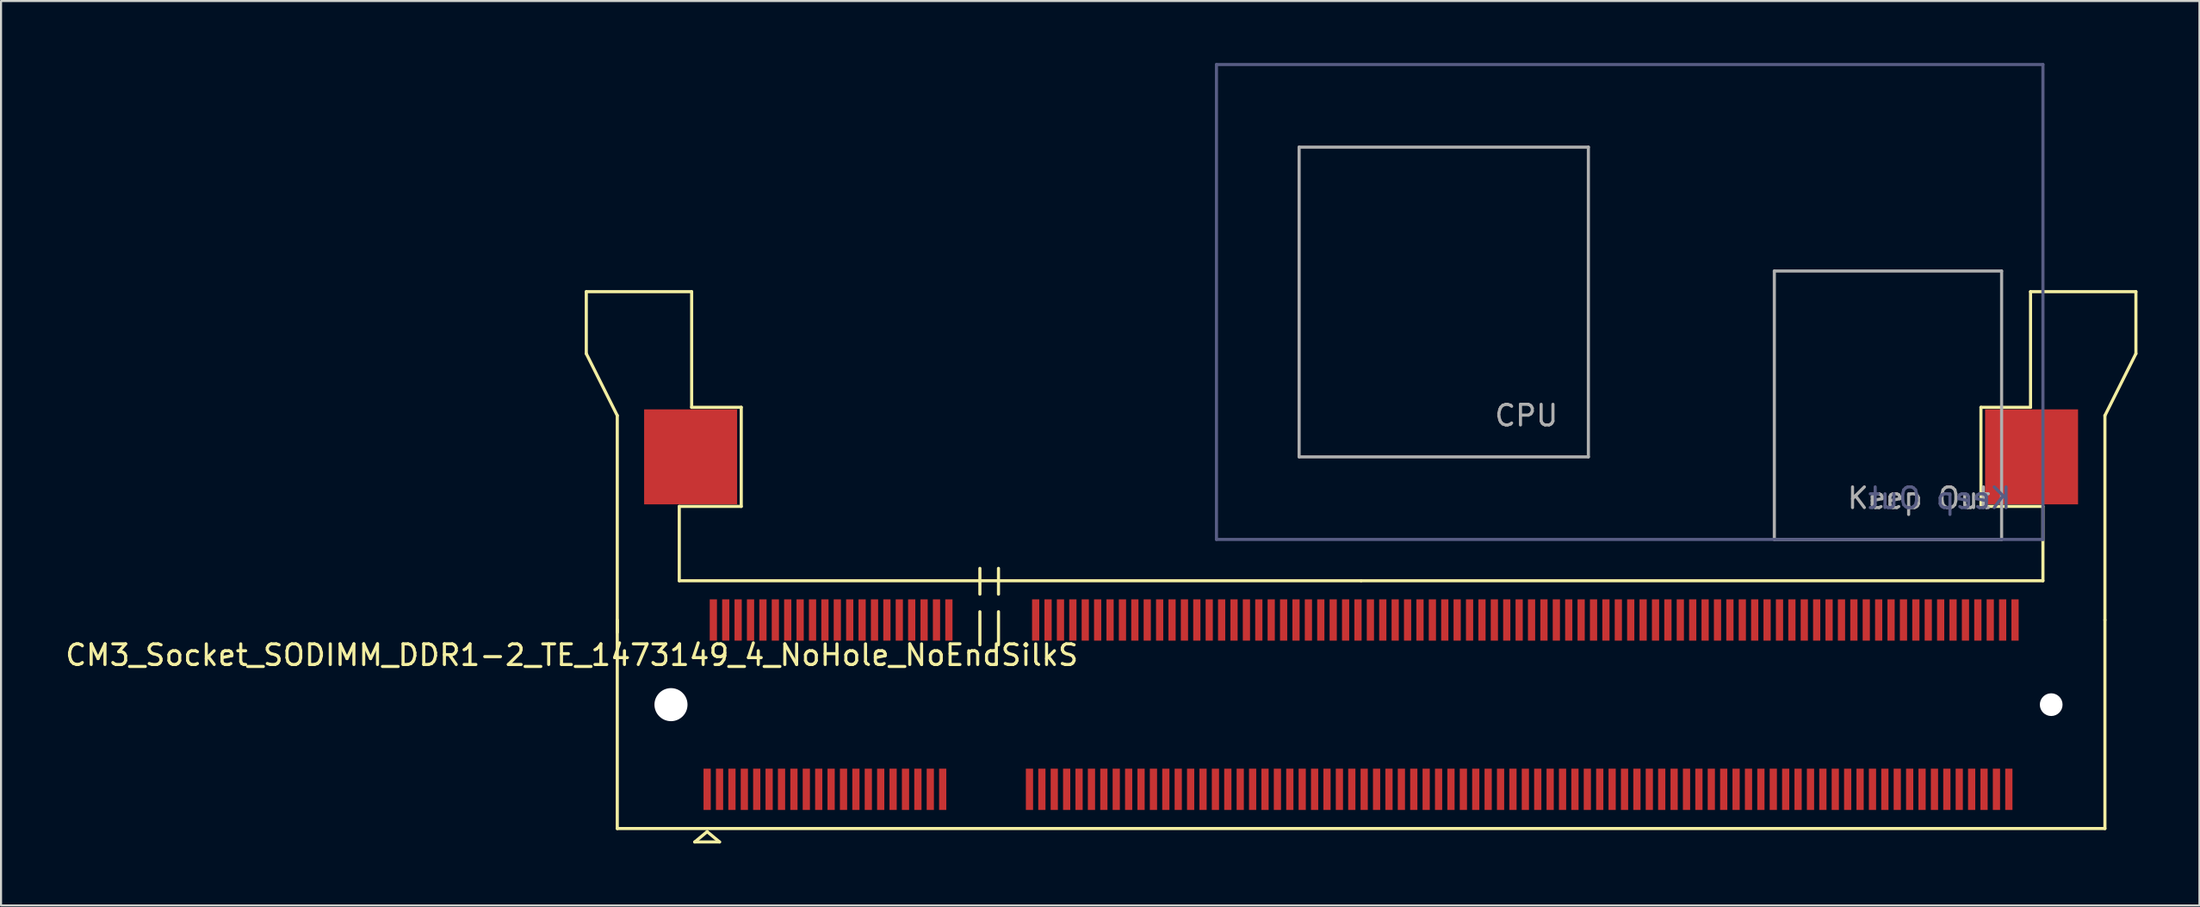
<source format=kicad_pcb>
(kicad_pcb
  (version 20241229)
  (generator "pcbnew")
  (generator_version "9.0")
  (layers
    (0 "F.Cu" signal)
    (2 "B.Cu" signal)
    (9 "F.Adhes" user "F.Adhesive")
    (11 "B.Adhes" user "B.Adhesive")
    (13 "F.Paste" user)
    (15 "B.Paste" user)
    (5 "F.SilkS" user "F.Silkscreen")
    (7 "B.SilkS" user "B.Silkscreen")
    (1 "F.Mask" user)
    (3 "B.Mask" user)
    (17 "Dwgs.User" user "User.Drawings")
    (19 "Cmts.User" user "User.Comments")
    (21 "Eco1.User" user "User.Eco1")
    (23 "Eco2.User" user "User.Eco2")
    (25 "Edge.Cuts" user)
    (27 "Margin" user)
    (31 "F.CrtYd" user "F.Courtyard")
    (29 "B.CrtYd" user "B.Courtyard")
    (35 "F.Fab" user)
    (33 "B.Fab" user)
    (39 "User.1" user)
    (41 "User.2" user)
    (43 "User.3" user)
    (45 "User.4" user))
  (footprint "CM3_Socket_SODIMM_DDR1-2_TE_1473149_4_NoHole_NoEndSilkS"
    (layer "F.Cu")
    (at 96.225 31.075)
    (property "Reference" "CM3_Socket_SODIMM_DDR1-2_TE_1473149_4_NoHole_NoEndSilkS" (at -71.6 -2.4 0) (layer "F.SilkS") (effects (font (size 1 1) (thickness 0.15))))
    (attr smd)
    (fp_line (start -70.9 -20) (end -70.9 -17) (stroke (width 0.15) (type solid)) (layer "F.SilkS"))
    (fp_line (start -70.9 -17) (end -69.4 -14) (stroke (width 0.15) (type solid)) (layer "F.SilkS"))
    (fp_line (start -69.4 -14) (end -69.4 -3.5) (stroke (width 0.15) (type solid)) (layer "F.SilkS"))
    (fp_line (start -69.4 -4.1) (end -69.4 6) (stroke (width 0.15) (type solid)) (layer "F.SilkS"))
    (fp_line (start -69.4 6) (end 2.6 6) (stroke (width 0.15) (type solid)) (layer "F.SilkS"))
    (fp_line (start -66.4 -9.6) (end -63.4 -9.6) (stroke (width 0.15) (type solid)) (layer "F.SilkS"))
    (fp_line (start -66.4 -6) (end -66.4 -9.6) (stroke (width 0.15) (type solid)) (layer "F.SilkS"))
    (fp_line (start -65.8 -20) (end -70.9 -20) (stroke (width 0.15) (type solid)) (layer "F.SilkS"))
    (fp_line (start -65.8 -20) (end -65.8 -14.4) (stroke (width 0.15) (type solid)) (layer "F.SilkS"))
    (fp_line (start -65.8 -14.4) (end -63.4 -14.4) (stroke (width 0.15) (type solid)) (layer "F.SilkS"))
    (fp_line (start -65.65 6.65) (end -65.05 6.15) (stroke (width 0.15) (type solid)) (layer "F.SilkS"))
    (fp_line (start -65.05 6.15) (end -64.45 6.65) (stroke (width 0.15) (type solid)) (layer "F.SilkS"))
    (fp_line (start -64.45 6.65) (end -65.65 6.65) (stroke (width 0.15) (type solid)) (layer "F.SilkS"))
    (fp_line (start -63.4 -9.6) (end -63.4 -14.4) (stroke (width 0.15) (type solid)) (layer "F.SilkS"))
    (fp_line (start -51.85 -5.35) (end -51.85 -6.6) (stroke (width 0.15) (type solid)) (layer "F.SilkS"))
    (fp_line (start -51.85 -4.5) (end -51.85 -2.9) (stroke (width 0.15) (type solid)) (layer "F.SilkS"))
    (fp_line (start -50.95 -5.35) (end -50.95 -6.6) (stroke (width 0.15) (type solid)) (layer "F.SilkS"))
    (fp_line (start -50.95 -4.5) (end -50.95 -2.9) (stroke (width 0.15) (type solid)) (layer "F.SilkS"))
    (fp_line (start -33.4 -6) (end -66.4 -6) (stroke (width 0.15) (type solid)) (layer "F.SilkS"))
    (fp_line (start -3.4 -14.4) (end -1 -14.4) (stroke (width 0.15) (type solid)) (layer "F.SilkS"))
    (fp_line (start -3.4 -9.6) (end -3.4 -14.4) (stroke (width 0.15) (type solid)) (layer "F.SilkS"))
    (fp_line (start -1 -14.4) (end -1 -20) (stroke (width 0.15) (type solid)) (layer "F.SilkS"))
    (fp_line (start -0.4 -9.6) (end -3.4 -9.6) (stroke (width 0.15) (type solid)) (layer "F.SilkS"))
    (fp_line (start -0.4 -9.6) (end -0.4 -6) (stroke (width 0.15) (type solid)) (layer "F.SilkS"))
    (fp_line (start -0.4 -6) (end -33.4 -6) (stroke (width 0.15) (type solid)) (layer "F.SilkS"))
    (fp_line (start 2.6 -14) (end 2.6 -4.1) (stroke (width 0.15) (type solid)) (layer "F.SilkS"))
    (fp_line (start 2.6 -14) (end 4.1 -17) (stroke (width 0.15) (type solid)) (layer "F.SilkS"))
    (fp_line (start 2.6 6) (end 2.6 -4.1) (stroke (width 0.15) (type solid)) (layer "F.SilkS"))
    (fp_line (start 4.1 -20) (end -1 -20) (stroke (width 0.15) (type solid)) (layer "F.SilkS"))
    (fp_line (start 4.1 -17) (end 4.1 -20) (stroke (width 0.15) (type solid)) (layer "F.SilkS"))
    (fp_line (start -40.4 -31) (end -40.4 -8) (stroke (width 0.15) (type solid)) (layer "B.Fab"))
    (fp_line (start -40.4 -8) (end -0.4 -8) (stroke (width 0.15) (type solid)) (layer "B.Fab"))
    (fp_line (start -0.4 -31) (end -40.4 -31) (stroke (width 0.15) (type solid)) (layer "B.Fab"))
    (fp_line (start -0.4 -8) (end -0.4 -31) (stroke (width 0.15) (type solid)) (layer "B.Fab"))
    (fp_line (start -36.4 -27) (end -22.4 -27) (stroke (width 0.15) (type solid)) (layer "F.Fab"))
    (fp_line (start -36.4 -12) (end -36.4 -27) (stroke (width 0.15) (type solid)) (layer "F.Fab"))
    (fp_line (start -22.4 -27) (end -22.4 -12) (stroke (width 0.15) (type solid)) (layer "F.Fab"))
    (fp_line (start -22.4 -12) (end -36.4 -12) (stroke (width 0.15) (type solid)) (layer "F.Fab"))
    (fp_line (start -13.4 -21) (end -2.4 -21) (stroke (width 0.15) (type solid)) (layer "F.Fab"))
    (fp_line (start -13.4 -8) (end -13.4 -21) (stroke (width 0.15) (type solid)) (layer "F.Fab"))
    (fp_line (start -2.4 -21) (end -2.4 -8) (stroke (width 0.15) (type solid)) (layer "F.Fab"))
    (fp_line (start -2.4 -8) (end -13.4 -8) (stroke (width 0.15) (type solid)) (layer "F.Fab"))
    (fp_text user "Keep Out" (at -5.4 -10 0) (layer "B.Fab") (effects (font (size 1 1) (thickness 0.15)) (justify mirror)))
    (fp_text user "CPU" (at -25.4 -14 0) (layer "F.Fab") (effects (font (size 1 1) (thickness 0.15))))
    (fp_text user "Keep Out" (at -6.4 -10 0) (layer "F.Fab") (effects (font (size 1 1) (thickness 0.15))))
    (pad "" np_thru_hole circle (at -66.8 0) (size 1.6 1.6) (drill 1.6) (layers "*.Cu" "*.Mask"))
    (pad "" smd rect (at -65.85 -12) (size 4.5 4.6) (layers "F.Cu" "F.Mask" "F.Paste"))
    (pad "" smd rect (at -0.95 -12) (size 4.5 4.6) (layers "F.Cu" "F.Mask" "F.Paste"))
    (pad "" np_thru_hole circle (at 0 0) (size 1.1 1.1) (drill 1.1) (layers "*.Cu" "*.Mask"))
    (pad "1" smd rect (at -65.05 4.1) (size 0.35 2) (layers "F.Cu" "F.Mask" "F.Paste"))
    (pad "2" smd rect (at -64.75 -4.1) (size 0.35 2) (layers "F.Cu" "F.Mask" "F.Paste"))
    (pad "3" smd rect (at -64.45 4.1) (size 0.35 2) (layers "F.Cu" "F.Mask" "F.Paste"))
    (pad "4" smd rect (at -64.15 -4.1) (size 0.35 2) (layers "F.Cu" "F.Mask" "F.Paste"))
    (pad "5" smd rect (at -63.85 4.1) (size 0.35 2) (layers "F.Cu" "F.Mask" "F.Paste"))
    (pad "6" smd rect (at -63.55 -4.1) (size 0.35 2) (layers "F.Cu" "F.Mask" "F.Paste"))
    (pad "7" smd rect (at -63.25 4.1) (size 0.35 2) (layers "F.Cu" "F.Mask" "F.Paste"))
    (pad "8" smd rect (at -62.95 -4.1) (size 0.35 2) (layers "F.Cu" "F.Mask" "F.Paste"))
    (pad "9" smd rect (at -62.65 4.1) (size 0.35 2) (layers "F.Cu" "F.Mask" "F.Paste"))
    (pad "10" smd rect (at -62.35 -4.1) (size 0.35 2) (layers "F.Cu" "F.Mask" "F.Paste"))
    (pad "11" smd rect (at -62.05 4.1) (size 0.35 2) (layers "F.Cu" "F.Mask" "F.Paste"))
    (pad "12" smd rect (at -61.75 -4.1) (size 0.35 2) (layers "F.Cu" "F.Mask" "F.Paste"))
    (pad "13" smd rect (at -61.45 4.1) (size 0.35 2) (layers "F.Cu" "F.Mask" "F.Paste"))
    (pad "14" smd rect (at -61.15 -4.1) (size 0.35 2) (layers "F.Cu" "F.Mask" "F.Paste"))
    (pad "15" smd rect (at -60.85 4.1) (size 0.35 2) (layers "F.Cu" "F.Mask" "F.Paste"))
    (pad "16" smd rect (at -60.55 -4.1) (size 0.35 2) (layers "F.Cu" "F.Mask" "F.Paste"))
    (pad "17" smd rect (at -60.25 4.1) (size 0.35 2) (layers "F.Cu" "F.Mask" "F.Paste"))
    (pad "18" smd rect (at -59.95 -4.1) (size 0.35 2) (layers "F.Cu" "F.Mask" "F.Paste"))
    (pad "19" smd rect (at -59.65 4.1) (size 0.35 2) (layers "F.Cu" "F.Mask" "F.Paste"))
    (pad "20" smd rect (at -59.35 -4.1) (size 0.35 2) (layers "F.Cu" "F.Mask" "F.Paste"))
    (pad "21" smd rect (at -59.05 4.1) (size 0.35 2) (layers "F.Cu" "F.Mask" "F.Paste"))
    (pad "22" smd rect (at -58.75 -4.1) (size 0.35 2) (layers "F.Cu" "F.Mask" "F.Paste"))
    (pad "23" smd rect (at -58.45 4.1) (size 0.35 2) (layers "F.Cu" "F.Mask" "F.Paste"))
    (pad "24" smd rect (at -58.15 -4.1) (size 0.35 2) (layers "F.Cu" "F.Mask" "F.Paste"))
    (pad "25" smd rect (at -57.85 4.1) (size 0.35 2) (layers "F.Cu" "F.Mask" "F.Paste"))
    (pad "26" smd rect (at -57.55 -4.1) (size 0.35 2) (layers "F.Cu" "F.Mask" "F.Paste"))
    (pad "27" smd rect (at -57.25 4.1) (size 0.35 2) (layers "F.Cu" "F.Mask" "F.Paste"))
    (pad "28" smd rect (at -56.95 -4.1) (size 0.35 2) (layers "F.Cu" "F.Mask" "F.Paste"))
    (pad "29" smd rect (at -56.65 4.1) (size 0.35 2) (layers "F.Cu" "F.Mask" "F.Paste"))
    (pad "30" smd rect (at -56.35 -4.1) (size 0.35 2) (layers "F.Cu" "F.Mask" "F.Paste"))
    (pad "31" smd rect (at -56.05 4.1) (size 0.35 2) (layers "F.Cu" "F.Mask" "F.Paste"))
    (pad "32" smd rect (at -55.75 -4.1) (size 0.35 2) (layers "F.Cu" "F.Mask" "F.Paste"))
    (pad "33" smd rect (at -55.45 4.1) (size 0.35 2) (layers "F.Cu" "F.Mask" "F.Paste"))
    (pad "34" smd rect (at -55.15 -4.1) (size 0.35 2) (layers "F.Cu" "F.Mask" "F.Paste"))
    (pad "35" smd rect (at -54.85 4.1) (size 0.35 2) (layers "F.Cu" "F.Mask" "F.Paste"))
    (pad "36" smd rect (at -54.55 -4.1) (size 0.35 2) (layers "F.Cu" "F.Mask" "F.Paste"))
    (pad "37" smd rect (at -54.25 4.1) (size 0.35 2) (layers "F.Cu" "F.Mask" "F.Paste"))
    (pad "38" smd rect (at -53.95 -4.1) (size 0.35 2) (layers "F.Cu" "F.Mask" "F.Paste"))
    (pad "39" smd rect (at -53.65 4.1) (size 0.35 2) (layers "F.Cu" "F.Mask" "F.Paste"))
    (pad "40" smd rect (at -53.35 -4.1) (size 0.35 2) (layers "F.Cu" "F.Mask" "F.Paste"))
    (pad "41" smd rect (at -49.45 4.1) (size 0.35 2) (layers "F.Cu" "F.Mask" "F.Paste"))
    (pad "42" smd rect (at -49.15 -4.1) (size 0.35 2) (layers "F.Cu" "F.Mask" "F.Paste"))
    (pad "43" smd rect (at -48.85 4.1) (size 0.35 2) (layers "F.Cu" "F.Mask" "F.Paste"))
    (pad "44" smd rect (at -48.55 -4.1) (size 0.35 2) (layers "F.Cu" "F.Mask" "F.Paste"))
    (pad "45" smd rect (at -48.25 4.1) (size 0.35 2) (layers "F.Cu" "F.Mask" "F.Paste"))
    (pad "46" smd rect (at -47.95 -4.1) (size 0.35 2) (layers "F.Cu" "F.Mask" "F.Paste"))
    (pad "47" smd rect (at -47.65 4.1) (size 0.35 2) (layers "F.Cu" "F.Mask" "F.Paste"))
    (pad "48" smd rect (at -47.35 -4.1) (size 0.35 2) (layers "F.Cu" "F.Mask" "F.Paste"))
    (pad "49" smd rect (at -47.05 4.1) (size 0.35 2) (layers "F.Cu" "F.Mask" "F.Paste"))
    (pad "50" smd rect (at -46.75 -4.1) (size 0.35 2) (layers "F.Cu" "F.Mask" "F.Paste"))
    (pad "51" smd rect (at -46.45 4.1) (size 0.35 2) (layers "F.Cu" "F.Mask" "F.Paste"))
    (pad "52" smd rect (at -46.15 -4.1) (size 0.35 2) (layers "F.Cu" "F.Mask" "F.Paste"))
    (pad "53" smd rect (at -45.85 4.1) (size 0.35 2) (layers "F.Cu" "F.Mask" "F.Paste"))
    (pad "54" smd rect (at -45.55 -4.1) (size 0.35 2) (layers "F.Cu" "F.Mask" "F.Paste"))
    (pad "55" smd rect (at -45.25 4.1) (size 0.35 2) (layers "F.Cu" "F.Mask" "F.Paste"))
    (pad "56" smd rect (at -44.95 -4.1) (size 0.35 2) (layers "F.Cu" "F.Mask" "F.Paste"))
    (pad "57" smd rect (at -44.65 4.1) (size 0.35 2) (layers "F.Cu" "F.Mask" "F.Paste"))
    (pad "58" smd rect (at -44.35 -4.1) (size 0.35 2) (layers "F.Cu" "F.Mask" "F.Paste"))
    (pad "59" smd rect (at -44.05 4.1) (size 0.35 2) (layers "F.Cu" "F.Mask" "F.Paste"))
    (pad "60" smd rect (at -43.75 -4.1) (size 0.35 2) (layers "F.Cu" "F.Mask" "F.Paste"))
    (pad "61" smd rect (at -43.45 4.1) (size 0.35 2) (layers "F.Cu" "F.Mask" "F.Paste"))
    (pad "62" smd rect (at -43.15 -4.1) (size 0.35 2) (layers "F.Cu" "F.Mask" "F.Paste"))
    (pad "63" smd rect (at -42.85 4.1) (size 0.35 2) (layers "F.Cu" "F.Mask" "F.Paste"))
    (pad "64" smd rect (at -42.55 -4.1) (size 0.35 2) (layers "F.Cu" "F.Mask" "F.Paste"))
    (pad "65" smd rect (at -42.25 4.1) (size 0.35 2) (layers "F.Cu" "F.Mask" "F.Paste"))
    (pad "66" smd rect (at -41.95 -4.1) (size 0.35 2) (layers "F.Cu" "F.Mask" "F.Paste"))
    (pad "67" smd rect (at -41.65 4.1) (size 0.35 2) (layers "F.Cu" "F.Mask" "F.Paste"))
    (pad "68" smd rect (at -41.35 -4.1) (size 0.35 2) (layers "F.Cu" "F.Mask" "F.Paste"))
    (pad "69" smd rect (at -41.05 4.1) (size 0.35 2) (layers "F.Cu" "F.Mask" "F.Paste"))
    (pad "70" smd rect (at -40.75 -4.1) (size 0.35 2) (layers "F.Cu" "F.Mask" "F.Paste"))
    (pad "71" smd rect (at -40.45 4.1) (size 0.35 2) (layers "F.Cu" "F.Mask" "F.Paste"))
    (pad "72" smd rect (at -40.15 -4.1) (size 0.35 2) (layers "F.Cu" "F.Mask" "F.Paste"))
    (pad "73" smd rect (at -39.85 4.1) (size 0.35 2) (layers "F.Cu" "F.Mask" "F.Paste"))
    (pad "74" smd rect (at -39.55 -4.1) (size 0.35 2) (layers "F.Cu" "F.Mask" "F.Paste"))
    (pad "75" smd rect (at -39.25 4.1) (size 0.35 2) (layers "F.Cu" "F.Mask" "F.Paste"))
    (pad "76" smd rect (at -38.95 -4.1) (size 0.35 2) (layers "F.Cu" "F.Mask" "F.Paste"))
    (pad "77" smd rect (at -38.65 4.1) (size 0.35 2) (layers "F.Cu" "F.Mask" "F.Paste"))
    (pad "78" smd rect (at -38.35 -4.1) (size 0.35 2) (layers "F.Cu" "F.Mask" "F.Paste"))
    (pad "79" smd rect (at -38.05 4.1) (size 0.35 2) (layers "F.Cu" "F.Mask" "F.Paste"))
    (pad "80" smd rect (at -37.75 -4.1) (size 0.35 2) (layers "F.Cu" "F.Mask" "F.Paste"))
    (pad "81" smd rect (at -37.45 4.1) (size 0.35 2) (layers "F.Cu" "F.Mask" "F.Paste"))
    (pad "82" smd rect (at -37.15 -4.1) (size 0.35 2) (layers "F.Cu" "F.Mask" "F.Paste"))
    (pad "83" smd rect (at -36.85 4.1) (size 0.35 2) (layers "F.Cu" "F.Mask" "F.Paste"))
    (pad "84" smd rect (at -36.55 -4.1) (size 0.35 2) (layers "F.Cu" "F.Mask" "F.Paste"))
    (pad "85" smd rect (at -36.25 4.1) (size 0.35 2) (layers "F.Cu" "F.Mask" "F.Paste"))
    (pad "86" smd rect (at -35.95 -4.1) (size 0.35 2) (layers "F.Cu" "F.Mask" "F.Paste"))
    (pad "87" smd rect (at -35.65 4.1) (size 0.35 2) (layers "F.Cu" "F.Mask" "F.Paste"))
    (pad "88" smd rect (at -35.35 -4.1) (size 0.35 2) (layers "F.Cu" "F.Mask" "F.Paste"))
    (pad "89" smd rect (at -35.05 4.1) (size 0.35 2) (layers "F.Cu" "F.Mask" "F.Paste"))
    (pad "90" smd rect (at -34.75 -4.1) (size 0.35 2) (layers "F.Cu" "F.Mask" "F.Paste"))
    (pad "91" smd rect (at -34.45 4.1) (size 0.35 2) (layers "F.Cu" "F.Mask" "F.Paste"))
    (pad "92" smd rect (at -34.15 -4.1) (size 0.35 2) (layers "F.Cu" "F.Mask" "F.Paste"))
    (pad "93" smd rect (at -33.85 4.1) (size 0.35 2) (layers "F.Cu" "F.Mask" "F.Paste"))
    (pad "94" smd rect (at -33.55 -4.1) (size 0.35 2) (layers "F.Cu" "F.Mask" "F.Paste"))
    (pad "95" smd rect (at -33.25 4.1) (size 0.35 2) (layers "F.Cu" "F.Mask" "F.Paste"))
    (pad "96" smd rect (at -32.95 -4.1) (size 0.35 2) (layers "F.Cu" "F.Mask" "F.Paste"))
    (pad "97" smd rect (at -32.65 4.1) (size 0.35 2) (layers "F.Cu" "F.Mask" "F.Paste"))
    (pad "98" smd rect (at -32.35 -4.1) (size 0.35 2) (layers "F.Cu" "F.Mask" "F.Paste"))
    (pad "99" smd rect (at -32.05 4.1) (size 0.35 2) (layers "F.Cu" "F.Mask" "F.Paste"))
    (pad "100" smd rect (at -31.75 -4.1) (size 0.35 2) (layers "F.Cu" "F.Mask" "F.Paste"))
    (pad "101" smd rect (at -31.45 4.1) (size 0.35 2) (layers "F.Cu" "F.Mask" "F.Paste"))
    (pad "102" smd rect (at -31.15 -4.1) (size 0.35 2) (layers "F.Cu" "F.Mask" "F.Paste"))
    (pad "103" smd rect (at -30.85 4.1) (size 0.35 2) (layers "F.Cu" "F.Mask" "F.Paste"))
    (pad "104" smd rect (at -30.55 -4.1) (size 0.35 2) (layers "F.Cu" "F.Mask" "F.Paste"))
    (pad "105" smd rect (at -30.25 4.1) (size 0.35 2) (layers "F.Cu" "F.Mask" "F.Paste"))
    (pad "106" smd rect (at -29.95 -4.1) (size 0.35 2) (layers "F.Cu" "F.Mask" "F.Paste"))
    (pad "107" smd rect (at -29.65 4.1) (size 0.35 2) (layers "F.Cu" "F.Mask" "F.Paste"))
    (pad "108" smd rect (at -29.35 -4.1) (size 0.35 2) (layers "F.Cu" "F.Mask" "F.Paste"))
    (pad "109" smd rect (at -29.05 4.1) (size 0.35 2) (layers "F.Cu" "F.Mask" "F.Paste"))
    (pad "110" smd rect (at -28.75 -4.1) (size 0.35 2) (layers "F.Cu" "F.Mask" "F.Paste"))
    (pad "111" smd rect (at -28.45 4.1) (size 0.35 2) (layers "F.Cu" "F.Mask" "F.Paste"))
    (pad "112" smd rect (at -28.15 -4.1) (size 0.35 2) (layers "F.Cu" "F.Mask" "F.Paste"))
    (pad "113" smd rect (at -27.85 4.1) (size 0.35 2) (layers "F.Cu" "F.Mask" "F.Paste"))
    (pad "114" smd rect (at -27.55 -4.1) (size 0.35 2) (layers "F.Cu" "F.Mask" "F.Paste"))
    (pad "115" smd rect (at -27.25 4.1) (size 0.35 2) (layers "F.Cu" "F.Mask" "F.Paste"))
    (pad "116" smd rect (at -26.95 -4.1) (size 0.35 2) (layers "F.Cu" "F.Mask" "F.Paste"))
    (pad "117" smd rect (at -26.65 4.1) (size 0.35 2) (layers "F.Cu" "F.Mask" "F.Paste"))
    (pad "118" smd rect (at -26.35 -4.1) (size 0.35 2) (layers "F.Cu" "F.Mask" "F.Paste"))
    (pad "119" smd rect (at -26.05 4.1) (size 0.35 2) (layers "F.Cu" "F.Mask" "F.Paste"))
    (pad "120" smd rect (at -25.75 -4.1) (size 0.35 2) (layers "F.Cu" "F.Mask" "F.Paste"))
    (pad "121" smd rect (at -25.45 4.1) (size 0.35 2) (layers "F.Cu" "F.Mask" "F.Paste"))
    (pad "122" smd rect (at -25.15 -4.1) (size 0.35 2) (layers "F.Cu" "F.Mask" "F.Paste"))
    (pad "123" smd rect (at -24.85 4.1) (size 0.35 2) (layers "F.Cu" "F.Mask" "F.Paste"))
    (pad "124" smd rect (at -24.55 -4.1) (size 0.35 2) (layers "F.Cu" "F.Mask" "F.Paste"))
    (pad "125" smd rect (at -24.25 4.1) (size 0.35 2) (layers "F.Cu" "F.Mask" "F.Paste"))
    (pad "126" smd rect (at -23.95 -4.1) (size 0.35 2) (layers "F.Cu" "F.Mask" "F.Paste"))
    (pad "127" smd rect (at -23.65 4.1) (size 0.35 2) (layers "F.Cu" "F.Mask" "F.Paste"))
    (pad "128" smd rect (at -23.35 -4.1) (size 0.35 2) (layers "F.Cu" "F.Mask" "F.Paste"))
    (pad "129" smd rect (at -23.05 4.1) (size 0.35 2) (layers "F.Cu" "F.Mask" "F.Paste"))
    (pad "130" smd rect (at -22.75 -4.1) (size 0.35 2) (layers "F.Cu" "F.Mask" "F.Paste"))
    (pad "131" smd rect (at -22.45 4.1) (size 0.35 2) (layers "F.Cu" "F.Mask" "F.Paste"))
    (pad "132" smd rect (at -22.15 -4.1) (size 0.35 2) (layers "F.Cu" "F.Mask" "F.Paste"))
    (pad "133" smd rect (at -21.85 4.1) (size 0.35 2) (layers "F.Cu" "F.Mask" "F.Paste"))
    (pad "134" smd rect (at -21.55 -4.1) (size 0.35 2) (layers "F.Cu" "F.Mask" "F.Paste"))
    (pad "135" smd rect (at -21.25 4.1) (size 0.35 2) (layers "F.Cu" "F.Mask" "F.Paste"))
    (pad "136" smd rect (at -20.95 -4.1) (size 0.35 2) (layers "F.Cu" "F.Mask" "F.Paste"))
    (pad "137" smd rect (at -20.65 4.1) (size 0.35 2) (layers "F.Cu" "F.Mask" "F.Paste"))
    (pad "138" smd rect (at -20.35 -4.1) (size 0.35 2) (layers "F.Cu" "F.Mask" "F.Paste"))
    (pad "139" smd rect (at -20.05 4.1) (size 0.35 2) (layers "F.Cu" "F.Mask" "F.Paste"))
    (pad "140" smd rect (at -19.75 -4.1) (size 0.35 2) (layers "F.Cu" "F.Mask" "F.Paste"))
    (pad "141" smd rect (at -19.45 4.1) (size 0.35 2) (layers "F.Cu" "F.Mask" "F.Paste"))
    (pad "142" smd rect (at -19.15 -4.1) (size 0.35 2) (layers "F.Cu" "F.Mask" "F.Paste"))
    (pad "143" smd rect (at -18.85 4.1) (size 0.35 2) (layers "F.Cu" "F.Mask" "F.Paste"))
    (pad "144" smd rect (at -18.55 -4.1) (size 0.35 2) (layers "F.Cu" "F.Mask" "F.Paste"))
    (pad "145" smd rect (at -18.25 4.1) (size 0.35 2) (layers "F.Cu" "F.Mask" "F.Paste"))
    (pad "146" smd rect (at -17.95 -4.1) (size 0.35 2) (layers "F.Cu" "F.Mask" "F.Paste"))
    (pad "147" smd rect (at -17.65 4.1) (size 0.35 2) (layers "F.Cu" "F.Mask" "F.Paste"))
    (pad "148" smd rect (at -17.35 -4.1) (size 0.35 2) (layers "F.Cu" "F.Mask" "F.Paste"))
    (pad "149" smd rect (at -17.05 4.1) (size 0.35 2) (layers "F.Cu" "F.Mask" "F.Paste"))
    (pad "150" smd rect (at -16.75 -4.1) (size 0.35 2) (layers "F.Cu" "F.Mask" "F.Paste"))
    (pad "151" smd rect (at -16.45 4.1) (size 0.35 2) (layers "F.Cu" "F.Mask" "F.Paste"))
    (pad "152" smd rect (at -16.15 -4.1) (size 0.35 2) (layers "F.Cu" "F.Mask" "F.Paste"))
    (pad "153" smd rect (at -15.85 4.1) (size 0.35 2) (layers "F.Cu" "F.Mask" "F.Paste"))
    (pad "154" smd rect (at -15.55 -4.1) (size 0.35 2) (layers "F.Cu" "F.Mask" "F.Paste"))
    (pad "155" smd rect (at -15.25 4.1) (size 0.35 2) (layers "F.Cu" "F.Mask" "F.Paste"))
    (pad "156" smd rect (at -14.95 -4.1) (size 0.35 2) (layers "F.Cu" "F.Mask" "F.Paste"))
    (pad "157" smd rect (at -14.65 4.1) (size 0.35 2) (layers "F.Cu" "F.Mask" "F.Paste"))
    (pad "158" smd rect (at -14.35 -4.1) (size 0.35 2) (layers "F.Cu" "F.Mask" "F.Paste"))
    (pad "159" smd rect (at -14.05 4.1) (size 0.35 2) (layers "F.Cu" "F.Mask" "F.Paste"))
    (pad "160" smd rect (at -13.75 -4.1) (size 0.35 2) (layers "F.Cu" "F.Mask" "F.Paste"))
    (pad "161" smd rect (at -13.45 4.1) (size 0.35 2) (layers "F.Cu" "F.Mask" "F.Paste"))
    (pad "162" smd rect (at -13.15 -4.1) (size 0.35 2) (layers "F.Cu" "F.Mask" "F.Paste"))
    (pad "163" smd rect (at -12.85 4.1) (size 0.35 2) (layers "F.Cu" "F.Mask" "F.Paste"))
    (pad "164" smd rect (at -12.55 -4.1) (size 0.35 2) (layers "F.Cu" "F.Mask" "F.Paste"))
    (pad "165" smd rect (at -12.25 4.1) (size 0.35 2) (layers "F.Cu" "F.Mask" "F.Paste"))
    (pad "166" smd rect (at -11.95 -4.1) (size 0.35 2) (layers "F.Cu" "F.Mask" "F.Paste"))
    (pad "167" smd rect (at -11.65 4.1) (size 0.35 2) (layers "F.Cu" "F.Mask" "F.Paste"))
    (pad "168" smd rect (at -11.35 -4.1) (size 0.35 2) (layers "F.Cu" "F.Mask" "F.Paste"))
    (pad "169" smd rect (at -11.05 4.1) (size 0.35 2) (layers "F.Cu" "F.Mask" "F.Paste"))
    (pad "170" smd rect (at -10.75 -4.1) (size 0.35 2) (layers "F.Cu" "F.Mask" "F.Paste"))
    (pad "171" smd rect (at -10.45 4.1) (size 0.35 2) (layers "F.Cu" "F.Mask" "F.Paste"))
    (pad "172" smd rect (at -10.15 -4.1) (size 0.35 2) (layers "F.Cu" "F.Mask" "F.Paste"))
    (pad "173" smd rect (at -9.85 4.1) (size 0.35 2) (layers "F.Cu" "F.Mask" "F.Paste"))
    (pad "174" smd rect (at -9.55 -4.1) (size 0.35 2) (layers "F.Cu" "F.Mask" "F.Paste"))
    (pad "175" smd rect (at -9.25 4.1) (size 0.35 2) (layers "F.Cu" "F.Mask" "F.Paste"))
    (pad "176" smd rect (at -8.95 -4.1) (size 0.35 2) (layers "F.Cu" "F.Mask" "F.Paste"))
    (pad "177" smd rect (at -8.65 4.1) (size 0.35 2) (layers "F.Cu" "F.Mask" "F.Paste"))
    (pad "178" smd rect (at -8.35 -4.1) (size 0.35 2) (layers "F.Cu" "F.Mask" "F.Paste"))
    (pad "179" smd rect (at -8.05 4.1) (size 0.35 2) (layers "F.Cu" "F.Mask" "F.Paste"))
    (pad "180" smd rect (at -7.75 -4.1) (size 0.35 2) (layers "F.Cu" "F.Mask" "F.Paste"))
    (pad "181" smd rect (at -7.45 4.1) (size 0.35 2) (layers "F.Cu" "F.Mask" "F.Paste"))
    (pad "182" smd rect (at -7.15 -4.1) (size 0.35 2) (layers "F.Cu" "F.Mask" "F.Paste"))
    (pad "183" smd rect (at -6.85 4.1) (size 0.35 2) (layers "F.Cu" "F.Mask" "F.Paste"))
    (pad "184" smd rect (at -6.55 -4.1) (size 0.35 2) (layers "F.Cu" "F.Mask" "F.Paste"))
    (pad "185" smd rect (at -6.25 4.1) (size 0.35 2) (layers "F.Cu" "F.Mask" "F.Paste"))
    (pad "186" smd rect (at -5.95 -4.1) (size 0.35 2) (layers "F.Cu" "F.Mask" "F.Paste"))
    (pad "187" smd rect (at -5.65 4.1) (size 0.35 2) (layers "F.Cu" "F.Mask" "F.Paste"))
    (pad "188" smd rect (at -5.35 -4.1) (size 0.35 2) (layers "F.Cu" "F.Mask" "F.Paste"))
    (pad "189" smd rect (at -5.05 4.1) (size 0.35 2) (layers "F.Cu" "F.Mask" "F.Paste"))
    (pad "190" smd rect (at -4.75 -4.1) (size 0.35 2) (layers "F.Cu" "F.Mask" "F.Paste"))
    (pad "191" smd rect (at -4.45 4.1) (size 0.35 2) (layers "F.Cu" "F.Mask" "F.Paste"))
    (pad "192" smd rect (at -4.15 -4.1) (size 0.35 2) (layers "F.Cu" "F.Mask" "F.Paste"))
    (pad "193" smd rect (at -3.85 4.1) (size 0.35 2) (layers "F.Cu" "F.Mask" "F.Paste"))
    (pad "194" smd rect (at -3.55 -4.1) (size 0.35 2) (layers "F.Cu" "F.Mask" "F.Paste"))
    (pad "195" smd rect (at -3.25 4.1) (size 0.35 2) (layers "F.Cu" "F.Mask" "F.Paste"))
    (pad "196" smd rect (at -2.95 -4.1) (size 0.35 2) (layers "F.Cu" "F.Mask" "F.Paste"))
    (pad "197" smd rect (at -2.65 4.1) (size 0.35 2) (layers "F.Cu" "F.Mask" "F.Paste"))
    (pad "198" smd rect (at -2.35 -4.1) (size 0.35 2) (layers "F.Cu" "F.Mask" "F.Paste"))
    (pad "199" smd rect (at -2.05 4.1) (size 0.35 2) (layers "F.Cu" "F.Mask" "F.Paste"))
    (pad "200" smd rect (at -1.75 -4.1) (size 0.35 2) (layers "F.Cu" "F.Mask" "F.Paste")))
  (gr_rect
    (start -3 -3)
    (end 103.4 40.8)
    (stroke (width 0.1) (type default))
    (fill no)
    (layer "Edge.Cuts")))
</source>
